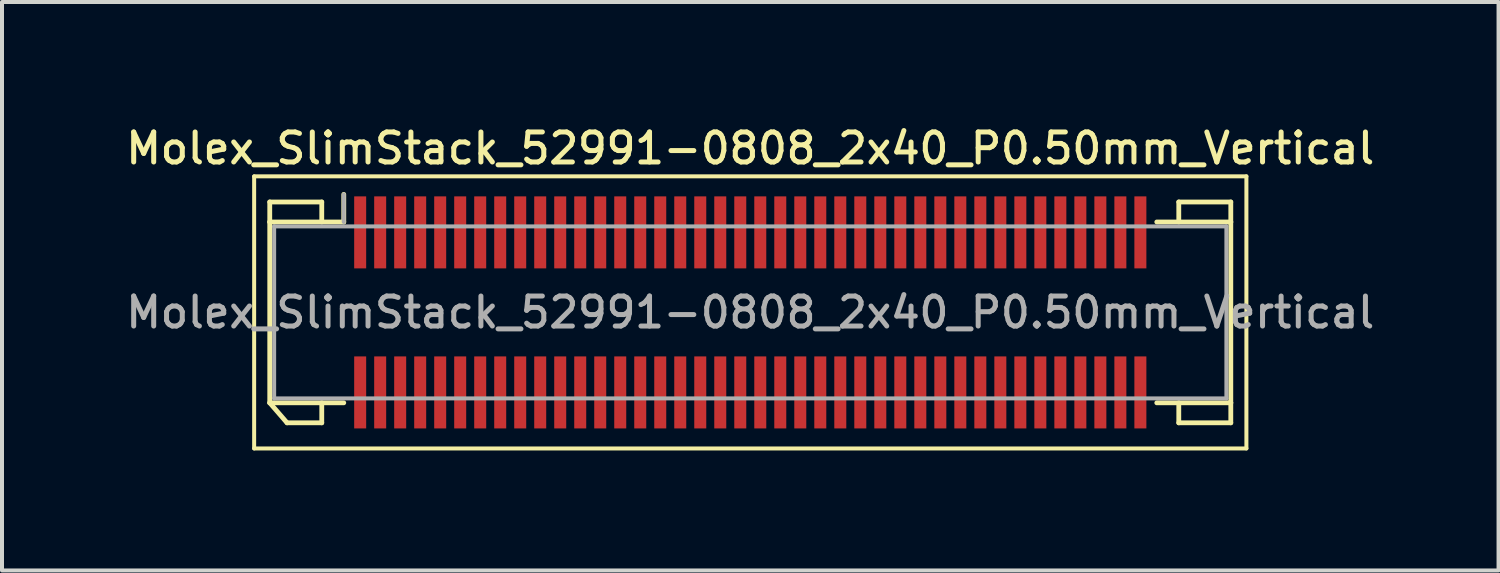
<source format=kicad_pcb>
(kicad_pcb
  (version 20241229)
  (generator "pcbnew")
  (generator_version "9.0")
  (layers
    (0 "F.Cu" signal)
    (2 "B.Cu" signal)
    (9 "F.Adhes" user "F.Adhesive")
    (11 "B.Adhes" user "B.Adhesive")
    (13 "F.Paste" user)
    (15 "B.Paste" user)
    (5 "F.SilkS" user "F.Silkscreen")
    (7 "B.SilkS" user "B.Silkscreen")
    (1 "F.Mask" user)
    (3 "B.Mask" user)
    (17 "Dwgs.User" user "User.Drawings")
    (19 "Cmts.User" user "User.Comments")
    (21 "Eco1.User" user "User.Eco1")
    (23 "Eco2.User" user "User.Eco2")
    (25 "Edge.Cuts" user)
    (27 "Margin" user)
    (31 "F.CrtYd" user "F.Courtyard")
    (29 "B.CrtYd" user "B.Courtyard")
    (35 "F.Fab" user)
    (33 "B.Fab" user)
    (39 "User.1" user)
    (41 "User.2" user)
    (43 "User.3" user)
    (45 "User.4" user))
  (footprint "Molex_SlimStack_52991-0808_2x40_P0.50mm_Vertical"
    (layer "F.Cu")
    (at 15.702 4.758)
    (property "Reference" "Molex_SlimStack_52991-0808_2x40_P0.50mm_Vertical" (at 0 -4.1 0) (layer "F.SilkS") (effects (font (size 0.75 0.75) (thickness 0.125))))
    (attr smd)
    (fp_line (start -12.4 -3.4) (end -12.4 3.4) (stroke (width 0.1) (type solid)) (layer "F.SilkS"))
    (fp_line (start -12.4 3.4) (end 12.4 3.4) (stroke (width 0.1) (type solid)) (layer "F.SilkS"))
    (fp_line (start -12.01 -2.76) (end -10.71 -2.76) (stroke (width 0.12) (type solid)) (layer "F.SilkS"))
    (fp_line (start -12.01 -2.26) (end -12.01 -2.76) (stroke (width 0.12) (type solid)) (layer "F.SilkS"))
    (fp_line (start -12.01 -2.26) (end -10.16 -2.26) (stroke (width 0.12) (type solid)) (layer "F.SilkS"))
    (fp_line (start -12.01 2.26) (end -12.01 -2.26) (stroke (width 0.12) (type solid)) (layer "F.SilkS"))
    (fp_line (start -12.01 2.26) (end -11.577 2.76) (stroke (width 0.12) (type solid)) (layer "F.SilkS"))
    (fp_line (start -11.577 2.76) (end -10.71 2.76) (stroke (width 0.12) (type solid)) (layer "F.SilkS"))
    (fp_line (start -10.71 -2.76) (end -10.71 -2.26) (stroke (width 0.12) (type solid)) (layer "F.SilkS"))
    (fp_line (start -10.71 2.76) (end -10.71 2.26) (stroke (width 0.12) (type solid)) (layer "F.SilkS"))
    (fp_line (start -10.16 -2.26) (end -10.16 -2.95) (stroke (width 0.12) (type solid)) (layer "F.SilkS"))
    (fp_line (start -10.16 2.26) (end -12.01 2.26) (stroke (width 0.12) (type solid)) (layer "F.SilkS"))
    (fp_line (start 10.16 2.26) (end 12.01 2.26) (stroke (width 0.12) (type solid)) (layer "F.SilkS"))
    (fp_line (start 10.71 -2.76) (end 10.71 -2.26) (stroke (width 0.12) (type solid)) (layer "F.SilkS"))
    (fp_line (start 10.71 2.76) (end 10.71 2.26) (stroke (width 0.12) (type solid)) (layer "F.SilkS"))
    (fp_line (start 12.01 -2.76) (end 10.71 -2.76) (stroke (width 0.12) (type solid)) (layer "F.SilkS"))
    (fp_line (start 12.01 -2.26) (end 10.16 -2.26) (stroke (width 0.12) (type solid)) (layer "F.SilkS"))
    (fp_line (start 12.01 -2.26) (end 12.01 -2.76) (stroke (width 0.12) (type solid)) (layer "F.SilkS"))
    (fp_line (start 12.01 2.26) (end 12.01 -2.26) (stroke (width 0.12) (type solid)) (layer "F.SilkS"))
    (fp_line (start 12.01 2.26) (end 12.01 2.76) (stroke (width 0.12) (type solid)) (layer "F.SilkS"))
    (fp_line (start 12.01 2.76) (end 10.71 2.76) (stroke (width 0.12) (type solid)) (layer "F.SilkS"))
    (fp_line (start 12.4 -3.4) (end -12.4 -3.4) (stroke (width 0.1) (type solid)) (layer "F.SilkS"))
    (fp_line (start 12.4 3.4) (end 12.4 -3.4) (stroke (width 0.1) (type solid)) (layer "F.SilkS"))
    (fp_line (start -11.9 -2.15) (end -11.9 2.15) (stroke (width 0.1) (type solid)) (layer "F.Fab"))
    (fp_line (start -11.9 2.15) (end 11.9 2.15) (stroke (width 0.1) (type solid)) (layer "F.Fab"))
    (fp_line (start -10.16 -2.26) (end -10.16 -2.95) (stroke (width 0.1) (type solid)) (layer "F.Fab"))
    (fp_line (start 11.9 -2.15) (end -11.9 -2.15) (stroke (width 0.1) (type solid)) (layer "F.Fab"))
    (fp_line (start 11.9 2.15) (end 11.9 -2.15) (stroke (width 0.1) (type solid)) (layer "F.Fab"))
    (fp_text user "${REFERENCE}" (at 0 0 0) (layer "F.Fab") (effects (font (size 0.75 0.75) (thickness 0.125))))
    (pad "1" smd rect (at -9.75 -2) (size 0.3 1.8) (layers "F.Cu" "F.Mask" "F.Paste"))
    (pad "2" smd rect (at -9.75 2) (size 0.3 1.8) (layers "F.Cu" "F.Mask" "F.Paste"))
    (pad "3" smd rect (at -9.25 -2) (size 0.3 1.8) (layers "F.Cu" "F.Mask" "F.Paste"))
    (pad "4" smd rect (at -9.25 2) (size 0.3 1.8) (layers "F.Cu" "F.Mask" "F.Paste"))
    (pad "5" smd rect (at -8.75 -2) (size 0.3 1.8) (layers "F.Cu" "F.Mask" "F.Paste"))
    (pad "6" smd rect (at -8.75 2) (size 0.3 1.8) (layers "F.Cu" "F.Mask" "F.Paste"))
    (pad "7" smd rect (at -8.25 -2) (size 0.3 1.8) (layers "F.Cu" "F.Mask" "F.Paste"))
    (pad "8" smd rect (at -8.25 2) (size 0.3 1.8) (layers "F.Cu" "F.Mask" "F.Paste"))
    (pad "9" smd rect (at -7.75 -2) (size 0.3 1.8) (layers "F.Cu" "F.Mask" "F.Paste"))
    (pad "10" smd rect (at -7.75 2) (size 0.3 1.8) (layers "F.Cu" "F.Mask" "F.Paste"))
    (pad "11" smd rect (at -7.25 -2) (size 0.3 1.8) (layers "F.Cu" "F.Mask" "F.Paste"))
    (pad "12" smd rect (at -7.25 2) (size 0.3 1.8) (layers "F.Cu" "F.Mask" "F.Paste"))
    (pad "13" smd rect (at -6.75 -2) (size 0.3 1.8) (layers "F.Cu" "F.Mask" "F.Paste"))
    (pad "14" smd rect (at -6.75 2) (size 0.3 1.8) (layers "F.Cu" "F.Mask" "F.Paste"))
    (pad "15" smd rect (at -6.25 -2) (size 0.3 1.8) (layers "F.Cu" "F.Mask" "F.Paste"))
    (pad "16" smd rect (at -6.25 2) (size 0.3 1.8) (layers "F.Cu" "F.Mask" "F.Paste"))
    (pad "17" smd rect (at -5.75 -2) (size 0.3 1.8) (layers "F.Cu" "F.Mask" "F.Paste"))
    (pad "18" smd rect (at -5.75 2) (size 0.3 1.8) (layers "F.Cu" "F.Mask" "F.Paste"))
    (pad "19" smd rect (at -5.25 -2) (size 0.3 1.8) (layers "F.Cu" "F.Mask" "F.Paste"))
    (pad "20" smd rect (at -5.25 2) (size 0.3 1.8) (layers "F.Cu" "F.Mask" "F.Paste"))
    (pad "21" smd rect (at -4.75 -2) (size 0.3 1.8) (layers "F.Cu" "F.Mask" "F.Paste"))
    (pad "22" smd rect (at -4.75 2) (size 0.3 1.8) (layers "F.Cu" "F.Mask" "F.Paste"))
    (pad "23" smd rect (at -4.25 -2) (size 0.3 1.8) (layers "F.Cu" "F.Mask" "F.Paste"))
    (pad "24" smd rect (at -4.25 2) (size 0.3 1.8) (layers "F.Cu" "F.Mask" "F.Paste"))
    (pad "25" smd rect (at -3.75 -2) (size 0.3 1.8) (layers "F.Cu" "F.Mask" "F.Paste"))
    (pad "26" smd rect (at -3.75 2) (size 0.3 1.8) (layers "F.Cu" "F.Mask" "F.Paste"))
    (pad "27" smd rect (at -3.25 -2) (size 0.3 1.8) (layers "F.Cu" "F.Mask" "F.Paste"))
    (pad "28" smd rect (at -3.25 2) (size 0.3 1.8) (layers "F.Cu" "F.Mask" "F.Paste"))
    (pad "29" smd rect (at -2.75 -2) (size 0.3 1.8) (layers "F.Cu" "F.Mask" "F.Paste"))
    (pad "30" smd rect (at -2.75 2) (size 0.3 1.8) (layers "F.Cu" "F.Mask" "F.Paste"))
    (pad "31" smd rect (at -2.25 -2) (size 0.3 1.8) (layers "F.Cu" "F.Mask" "F.Paste"))
    (pad "32" smd rect (at -2.25 2) (size 0.3 1.8) (layers "F.Cu" "F.Mask" "F.Paste"))
    (pad "33" smd rect (at -1.75 -2) (size 0.3 1.8) (layers "F.Cu" "F.Mask" "F.Paste"))
    (pad "34" smd rect (at -1.75 2) (size 0.3 1.8) (layers "F.Cu" "F.Mask" "F.Paste"))
    (pad "35" smd rect (at -1.25 -2) (size 0.3 1.8) (layers "F.Cu" "F.Mask" "F.Paste"))
    (pad "36" smd rect (at -1.25 2) (size 0.3 1.8) (layers "F.Cu" "F.Mask" "F.Paste"))
    (pad "37" smd rect (at -0.75 -2) (size 0.3 1.8) (layers "F.Cu" "F.Mask" "F.Paste"))
    (pad "38" smd rect (at -0.75 2) (size 0.3 1.8) (layers "F.Cu" "F.Mask" "F.Paste"))
    (pad "39" smd rect (at -0.25 -2) (size 0.3 1.8) (layers "F.Cu" "F.Mask" "F.Paste"))
    (pad "40" smd rect (at -0.25 2) (size 0.3 1.8) (layers "F.Cu" "F.Mask" "F.Paste"))
    (pad "41" smd rect (at 0.25 -2) (size 0.3 1.8) (layers "F.Cu" "F.Mask" "F.Paste"))
    (pad "42" smd rect (at 0.25 2) (size 0.3 1.8) (layers "F.Cu" "F.Mask" "F.Paste"))
    (pad "43" smd rect (at 0.75 -2) (size 0.3 1.8) (layers "F.Cu" "F.Mask" "F.Paste"))
    (pad "44" smd rect (at 0.75 2) (size 0.3 1.8) (layers "F.Cu" "F.Mask" "F.Paste"))
    (pad "45" smd rect (at 1.25 -2) (size 0.3 1.8) (layers "F.Cu" "F.Mask" "F.Paste"))
    (pad "46" smd rect (at 1.25 2) (size 0.3 1.8) (layers "F.Cu" "F.Mask" "F.Paste"))
    (pad "47" smd rect (at 1.75 -2) (size 0.3 1.8) (layers "F.Cu" "F.Mask" "F.Paste"))
    (pad "48" smd rect (at 1.75 2) (size 0.3 1.8) (layers "F.Cu" "F.Mask" "F.Paste"))
    (pad "49" smd rect (at 2.25 -2) (size 0.3 1.8) (layers "F.Cu" "F.Mask" "F.Paste"))
    (pad "50" smd rect (at 2.25 2) (size 0.3 1.8) (layers "F.Cu" "F.Mask" "F.Paste"))
    (pad "51" smd rect (at 2.75 -2) (size 0.3 1.8) (layers "F.Cu" "F.Mask" "F.Paste"))
    (pad "52" smd rect (at 2.75 2) (size 0.3 1.8) (layers "F.Cu" "F.Mask" "F.Paste"))
    (pad "53" smd rect (at 3.25 -2) (size 0.3 1.8) (layers "F.Cu" "F.Mask" "F.Paste"))
    (pad "54" smd rect (at 3.25 2) (size 0.3 1.8) (layers "F.Cu" "F.Mask" "F.Paste"))
    (pad "55" smd rect (at 3.75 -2) (size 0.3 1.8) (layers "F.Cu" "F.Mask" "F.Paste"))
    (pad "56" smd rect (at 3.75 2) (size 0.3 1.8) (layers "F.Cu" "F.Mask" "F.Paste"))
    (pad "57" smd rect (at 4.25 -2) (size 0.3 1.8) (layers "F.Cu" "F.Mask" "F.Paste"))
    (pad "58" smd rect (at 4.25 2) (size 0.3 1.8) (layers "F.Cu" "F.Mask" "F.Paste"))
    (pad "59" smd rect (at 4.75 -2) (size 0.3 1.8) (layers "F.Cu" "F.Mask" "F.Paste"))
    (pad "60" smd rect (at 4.75 2) (size 0.3 1.8) (layers "F.Cu" "F.Mask" "F.Paste"))
    (pad "61" smd rect (at 5.25 -2) (size 0.3 1.8) (layers "F.Cu" "F.Mask" "F.Paste"))
    (pad "62" smd rect (at 5.25 2) (size 0.3 1.8) (layers "F.Cu" "F.Mask" "F.Paste"))
    (pad "63" smd rect (at 5.75 -2) (size 0.3 1.8) (layers "F.Cu" "F.Mask" "F.Paste"))
    (pad "64" smd rect (at 5.75 2) (size 0.3 1.8) (layers "F.Cu" "F.Mask" "F.Paste"))
    (pad "65" smd rect (at 6.25 -2) (size 0.3 1.8) (layers "F.Cu" "F.Mask" "F.Paste"))
    (pad "66" smd rect (at 6.25 2) (size 0.3 1.8) (layers "F.Cu" "F.Mask" "F.Paste"))
    (pad "67" smd rect (at 6.75 -2) (size 0.3 1.8) (layers "F.Cu" "F.Mask" "F.Paste"))
    (pad "68" smd rect (at 6.75 2) (size 0.3 1.8) (layers "F.Cu" "F.Mask" "F.Paste"))
    (pad "69" smd rect (at 7.25 -2) (size 0.3 1.8) (layers "F.Cu" "F.Mask" "F.Paste"))
    (pad "70" smd rect (at 7.25 2) (size 0.3 1.8) (layers "F.Cu" "F.Mask" "F.Paste"))
    (pad "71" smd rect (at 7.75 -2) (size 0.3 1.8) (layers "F.Cu" "F.Mask" "F.Paste"))
    (pad "72" smd rect (at 7.75 2) (size 0.3 1.8) (layers "F.Cu" "F.Mask" "F.Paste"))
    (pad "73" smd rect (at 8.25 -2) (size 0.3 1.8) (layers "F.Cu" "F.Mask" "F.Paste"))
    (pad "74" smd rect (at 8.25 2) (size 0.3 1.8) (layers "F.Cu" "F.Mask" "F.Paste"))
    (pad "75" smd rect (at 8.75 -2) (size 0.3 1.8) (layers "F.Cu" "F.Mask" "F.Paste"))
    (pad "76" smd rect (at 8.75 2) (size 0.3 1.8) (layers "F.Cu" "F.Mask" "F.Paste"))
    (pad "77" smd rect (at 9.25 -2) (size 0.3 1.8) (layers "F.Cu" "F.Mask" "F.Paste"))
    (pad "78" smd rect (at 9.25 2) (size 0.3 1.8) (layers "F.Cu" "F.Mask" "F.Paste"))
    (pad "79" smd rect (at 9.75 -2) (size 0.3 1.8) (layers "F.Cu" "F.Mask" "F.Paste"))
    (pad "80" smd rect (at 9.75 2) (size 0.3 1.8) (layers "F.Cu" "F.Mask" "F.Paste")))
  (gr_rect
    (start -3 -3)
    (end 34.404 11.208)
    (stroke (width 0.1) (type default))
    (fill no)
    (layer "Edge.Cuts")))
</source>
